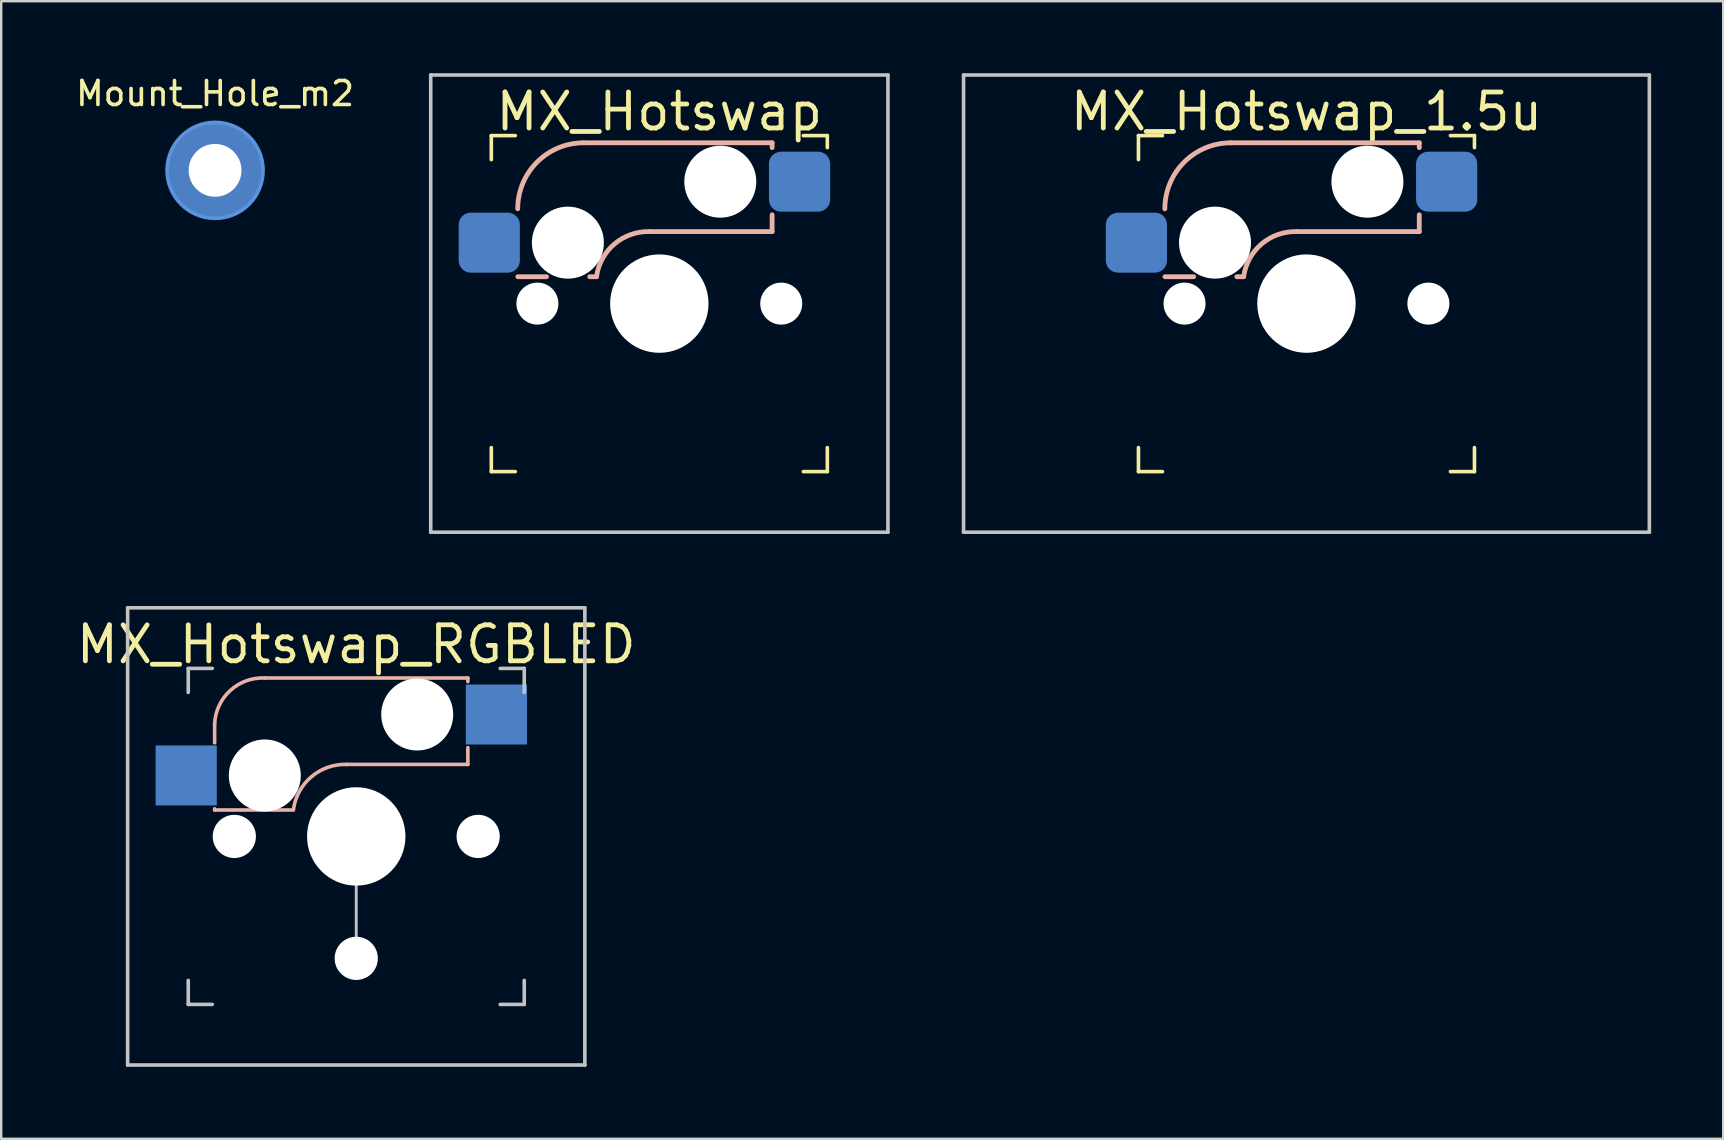
<source format=kicad_pcb>
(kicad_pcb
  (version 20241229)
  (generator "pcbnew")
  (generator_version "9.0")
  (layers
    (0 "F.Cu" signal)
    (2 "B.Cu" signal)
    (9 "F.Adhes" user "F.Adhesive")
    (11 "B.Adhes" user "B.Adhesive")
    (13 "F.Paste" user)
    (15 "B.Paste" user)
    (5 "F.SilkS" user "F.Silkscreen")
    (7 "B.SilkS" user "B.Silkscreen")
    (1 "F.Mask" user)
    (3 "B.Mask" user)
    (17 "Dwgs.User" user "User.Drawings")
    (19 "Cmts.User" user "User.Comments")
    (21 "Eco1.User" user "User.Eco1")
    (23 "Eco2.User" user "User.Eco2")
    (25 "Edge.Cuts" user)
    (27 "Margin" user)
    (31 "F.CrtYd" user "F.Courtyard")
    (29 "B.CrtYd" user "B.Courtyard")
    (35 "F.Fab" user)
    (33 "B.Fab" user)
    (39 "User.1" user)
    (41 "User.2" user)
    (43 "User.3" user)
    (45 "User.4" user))
  (footprint "MX_Hotswap"
    (layer "F.Cu")
    (at 24.421 9.6)
    (property "Reference" "MX_Hotswap" (at 0 -8 0) (unlocked yes) (layer "F.SilkS") (effects (font (size 1.5 1.5) (thickness 0.2))))
    (fp_line (start -7 -7) (end -6 -7) (stroke (width 0.15) (type solid)) (layer "F.SilkS"))
    (fp_line (start -7 -6) (end -7 -7) (stroke (width 0.15) (type solid)) (layer "F.SilkS"))
    (fp_line (start -7 6) (end -7 7) (stroke (width 0.15) (type solid)) (layer "F.SilkS"))
    (fp_line (start -7 7) (end -6 7) (stroke (width 0.15) (type solid)) (layer "F.SilkS"))
    (fp_line (start 6 7) (end 7 7) (stroke (width 0.15) (type solid)) (layer "F.SilkS"))
    (fp_line (start 7 -7) (end 6 -7) (stroke (width 0.15) (type solid)) (layer "F.SilkS"))
    (fp_line (start 7 -7) (end 7 -6.5) (stroke (width 0.15) (type solid)) (layer "F.SilkS"))
    (fp_line (start 7 7) (end 7 6) (stroke (width 0.15) (type solid)) (layer "F.SilkS"))
    (fp_line (start -5.896 -1.121) (end -4.7 -1.121) (stroke (width 0.2) (type solid)) (layer "B.SilkS"))
    (fp_line (start -3.15 -6.7) (end 4.7 -6.7) (stroke (width 0.2) (type solid)) (layer "B.SilkS"))
    (fp_line (start -2.9 -1.121) (end -2.616 -1.121) (stroke (width 0.2) (type solid)) (layer "B.SilkS"))
    (fp_line (start -0.4 -3) (end 4.7 -3) (stroke (width 0.2) (type solid)) (layer "B.SilkS"))
    (fp_line (start 4.7 -6.5) (end 4.7 -6.7) (stroke (width 0.2) (type solid)) (layer "B.SilkS"))
    (fp_line (start 4.7 -3) (end 4.7 -3.7) (stroke (width 0.2) (type solid)) (layer "B.SilkS"))
    (fp_arc (start -5.9 -3.95) (mid -5.094544 -5.894544) (end -3.15 -6.7) (stroke (width 0.2) (type solid)) (layer "B.SilkS"))
    (fp_arc (start -2.616318 -1.121471) (mid -1.868709 -2.486118) (end -0.4 -3) (stroke (width 0.2) (type solid)) (layer "B.SilkS"))
    (fp_line (start -9.525 -9.525) (end 9.525 -9.525) (stroke (width 0.15) (type solid)) (layer "Dwgs.User"))
    (fp_line (start -9.525 9.525) (end -9.525 -9.525) (stroke (width 0.15) (type solid)) (layer "Dwgs.User"))
    (fp_line (start 9.525 -9.525) (end 9.525 9.525) (stroke (width 0.15) (type solid)) (layer "Dwgs.User"))
    (fp_line (start 9.525 9.525) (end -9.525 9.525) (stroke (width 0.15) (type solid)) (layer "Dwgs.User"))
    (pad "" np_thru_hole circle (at -5.08 0) (size 1.75 1.75) (drill 1.75) (layers "*.Cu" "*.Mask"))
    (pad "" np_thru_hole circle (at -3.81 -2.54) (size 3 3) (drill 3) (layers "*.Cu" "*.Mask"))
    (pad "" np_thru_hole circle (at 0 0 90) (size 4.1 4.1) (drill 4.1) (layers "*.Cu" "*.Mask"))
    (pad "" np_thru_hole circle (at 2.54 -5.08) (size 3 3) (drill 3) (layers "*.Cu" "*.Mask"))
    (pad "" np_thru_hole circle (at 5.08 0) (size 1.75 1.75) (drill 1.75) (layers "*.Cu" "*.Mask"))
    (pad "1" smd roundrect (at -7.085 -2.54 180) (size 2.55 2.5) (layers "B.Cu" "B.Mask" "B.Paste") (roundrect_rratio 0.2))
    (pad "2" smd roundrect (at 5.842 -5.08 180) (size 2.55 2.5) (layers "B.Cu" "B.Mask" "B.Paste") (roundrect_rratio 0.2)))
  (footprint "MX_Hotswap_1.5u"
    (layer "F.Cu")
    (at 51.384 9.6)
    (property "Reference" "MX_Hotswap_1.5u" (at 0 -8 0) (unlocked yes) (layer "F.SilkS") (effects (font (size 1.5 1.5) (thickness 0.2))))
    (fp_line (start -7 -7) (end -6 -7) (stroke (width 0.15) (type solid)) (layer "F.SilkS"))
    (fp_line (start -7 -6) (end -7 -7) (stroke (width 0.15) (type solid)) (layer "F.SilkS"))
    (fp_line (start -7 6) (end -7 7) (stroke (width 0.15) (type solid)) (layer "F.SilkS"))
    (fp_line (start -7 7) (end -6 7) (stroke (width 0.15) (type solid)) (layer "F.SilkS"))
    (fp_line (start 6 7) (end 7 7) (stroke (width 0.15) (type solid)) (layer "F.SilkS"))
    (fp_line (start 7 -7) (end 6 -7) (stroke (width 0.15) (type solid)) (layer "F.SilkS"))
    (fp_line (start 7 -7) (end 7 -6.5) (stroke (width 0.15) (type solid)) (layer "F.SilkS"))
    (fp_line (start 7 7) (end 7 6) (stroke (width 0.15) (type solid)) (layer "F.SilkS"))
    (fp_line (start -5.896 -1.121) (end -4.7 -1.121) (stroke (width 0.2) (type solid)) (layer "B.SilkS"))
    (fp_line (start -3.15 -6.7) (end 4.7 -6.7) (stroke (width 0.2) (type solid)) (layer "B.SilkS"))
    (fp_line (start -2.9 -1.121) (end -2.616 -1.121) (stroke (width 0.2) (type solid)) (layer "B.SilkS"))
    (fp_line (start -0.4 -3) (end 4.7 -3) (stroke (width 0.2) (type solid)) (layer "B.SilkS"))
    (fp_line (start 4.7 -6.5) (end 4.7 -6.7) (stroke (width 0.2) (type solid)) (layer "B.SilkS"))
    (fp_line (start 4.7 -3) (end 4.7 -3.7) (stroke (width 0.2) (type solid)) (layer "B.SilkS"))
    (fp_arc (start -5.9 -3.95) (mid -5.094544 -5.894544) (end -3.15 -6.7) (stroke (width 0.2) (type solid)) (layer "B.SilkS"))
    (fp_arc (start -2.616318 -1.121471) (mid -1.868709 -2.486118) (end -0.4 -3) (stroke (width 0.2) (type solid)) (layer "B.SilkS"))
    (fp_line (start -14.287 -9.525) (end 14.287 -9.525) (stroke (width 0.15) (type solid)) (layer "Dwgs.User"))
    (fp_line (start -14.287 9.525) (end -14.287 -9.525) (stroke (width 0.15) (type solid)) (layer "Dwgs.User"))
    (fp_line (start 14.287 -9.525) (end 14.287 9.525) (stroke (width 0.15) (type solid)) (layer "Dwgs.User"))
    (fp_line (start 14.287 9.525) (end -14.287 9.525) (stroke (width 0.15) (type solid)) (layer "Dwgs.User"))
    (pad "" np_thru_hole circle (at -5.08 0) (size 1.75 1.75) (drill 1.75) (layers "*.Cu" "*.Mask"))
    (pad "" np_thru_hole circle (at -3.81 -2.54) (size 3 3) (drill 3) (layers "*.Cu" "*.Mask"))
    (pad "" np_thru_hole circle (at 0 0 90) (size 4.1 4.1) (drill 4.1) (layers "*.Cu" "*.Mask"))
    (pad "" np_thru_hole circle (at 2.54 -5.08) (size 3 3) (drill 3) (layers "*.Cu" "*.Mask"))
    (pad "" np_thru_hole circle (at 5.08 0) (size 1.75 1.75) (drill 1.75) (layers "*.Cu" "*.Mask"))
    (pad "1" smd roundrect (at -7.085 -2.54 180) (size 2.55 2.5) (layers "B.Cu" "B.Mask" "B.Paste") (roundrect_rratio 0.2))
    (pad "2" smd roundrect (at 5.842 -5.08 180) (size 2.55 2.5) (layers "B.Cu" "B.Mask" "B.Paste") (roundrect_rratio 0.2)))
  (footprint "MX_Hotswap_RGBLED"
    (layer "F.Cu")
    (at 11.793 31.8)
    (property "Reference" "MX_Hotswap_RGBLED" (at 0 -8 0) (layer "F.SilkS") (effects (font (size 1.5 1.5) (thickness 0.2))))
    (fp_line (start -5.9 -4.7) (end -5.9 -3.9) (stroke (width 0.15) (type solid)) (layer "B.SilkS"))
    (fp_line (start -5.9 -1.15) (end -5.9 -1.1) (stroke (width 0.15) (type solid)) (layer "B.SilkS"))
    (fp_line (start -5.9 -1.1) (end -2.62 -1.1) (stroke (width 0.15) (type solid)) (layer "B.SilkS"))
    (fp_line (start -0.4 -3) (end 4.65 -3) (stroke (width 0.15) (type solid)) (layer "B.SilkS"))
    (fp_line (start 4.65 -6.6) (end -3.8 -6.6) (stroke (width 0.15) (type solid)) (layer "B.SilkS"))
    (fp_line (start 4.65 -6.6) (end 4.65 -6.45) (stroke (width 0.15) (type solid)) (layer "B.SilkS"))
    (fp_line (start 4.65 -3.7) (end 4.65 -3) (stroke (width 0.15) (type solid)) (layer "B.SilkS"))
    (fp_arc (start -5.9 -4.699999) (mid -5.243504 -6.084924) (end -3.800001 -6.6) (stroke (width 0.15) (type solid)) (layer "B.SilkS"))
    (fp_arc (start -2.616318 -1.121471) (mid -1.868709 -2.486118) (end -0.4 -3) (stroke (width 0.15) (type solid)) (layer "B.SilkS"))
    (fp_line (start -9.525 -9.525) (end 9.525 -9.525) (stroke (width 0.15) (type solid)) (layer "Dwgs.User"))
    (fp_line (start -9.525 9.525) (end -9.525 -9.525) (stroke (width 0.15) (type solid)) (layer "Dwgs.User"))
    (fp_line (start -7 -7) (end -6 -7) (stroke (width 0.15) (type solid)) (layer "Dwgs.User"))
    (fp_line (start -7 -6) (end -7 -7) (stroke (width 0.15) (type solid)) (layer "Dwgs.User"))
    (fp_line (start -7 6) (end -7 7) (stroke (width 0.15) (type solid)) (layer "Dwgs.User"))
    (fp_line (start -7 7) (end -6 7) (stroke (width 0.15) (type solid)) (layer "Dwgs.User"))
    (fp_line (start 0 5.08) (end 0 0) (stroke (width 0.12) (type solid)) (layer "Dwgs.User"))
    (fp_line (start 6 7) (end 7 7) (stroke (width 0.15) (type solid)) (layer "Dwgs.User"))
    (fp_line (start 7 -7) (end 6 -7) (stroke (width 0.15) (type solid)) (layer "Dwgs.User"))
    (fp_line (start 7 -7) (end 7 -6) (stroke (width 0.15) (type solid)) (layer "Dwgs.User"))
    (fp_line (start 7 7) (end 7 6) (stroke (width 0.15) (type solid)) (layer "Dwgs.User"))
    (fp_line (start 9.525 -9.525) (end 9.525 9.525) (stroke (width 0.15) (type solid)) (layer "Dwgs.User"))
    (fp_line (start 9.525 9.525) (end -9.525 9.525) (stroke (width 0.15) (type solid)) (layer "Dwgs.User"))
    (pad "" np_thru_hole circle (at -5.08 0) (size 1.8 1.8) (drill 1.8) (layers "*.Cu" "*.Mask"))
    (pad "" np_thru_hole circle (at -3.81 -2.54) (size 3 3) (drill 3) (layers "*.Cu" "*.Mask"))
    (pad "" np_thru_hole circle (at 0 0 90) (size 4.1 4.1) (drill 4.1) (layers "*.Cu" "*.Mask"))
    (pad "" np_thru_hole circle (at 0 5.08) (size 1.8 1.8) (drill 1.8) (layers "*.Cu" "*.Mask"))
    (pad "" np_thru_hole circle (at 2.54 -5.08) (size 3 3) (drill 3) (layers "*.Cu" "*.Mask"))
    (pad "" np_thru_hole circle (at 5.08 0) (size 1.8 1.8) (drill 1.8) (layers "*.Cu" "*.Mask"))
    (pad "1" smd rect (at -7.085 -2.54 180) (size 2.55 2.5) (layers "B.Cu" "B.Mask" "B.Paste"))
    (pad "2" smd rect (at 5.842 -5.08 180) (size 2.55 2.5) (layers "B.Cu" "B.Mask" "B.Paste")))
  (footprint "Mount_Hole_m2"
    (layer "F.Cu")
    (at 5.911 4.048)
    (property "Reference" "Mount_Hole_m2" (at 0 -3.2 0) (layer "F.SilkS") (effects (font (size 1 1) (thickness 0.15))))
    (attr exclude_from_pos_files exclude_from_bom)
    (fp_circle (center 0 0) (end 2 0) (stroke (width 0.15) (type solid)) (fill no) (layer "Cmts.User"))
    (fp_circle (center 0 0) (end 2 0) (stroke (width 0.05) (type solid)) (fill no) (layer "F.CrtYd"))
    (pad " " thru_hole circle (at 0 0) (size 4 4) (drill 2.2) (layers "*.Cu" "*.Mask")))
  (gr_rect
    (start -3 -3)
    (end 68.746 44.4)
    (stroke (width 0.1) (type default))
    (fill no)
    (layer "Edge.Cuts")))
</source>
